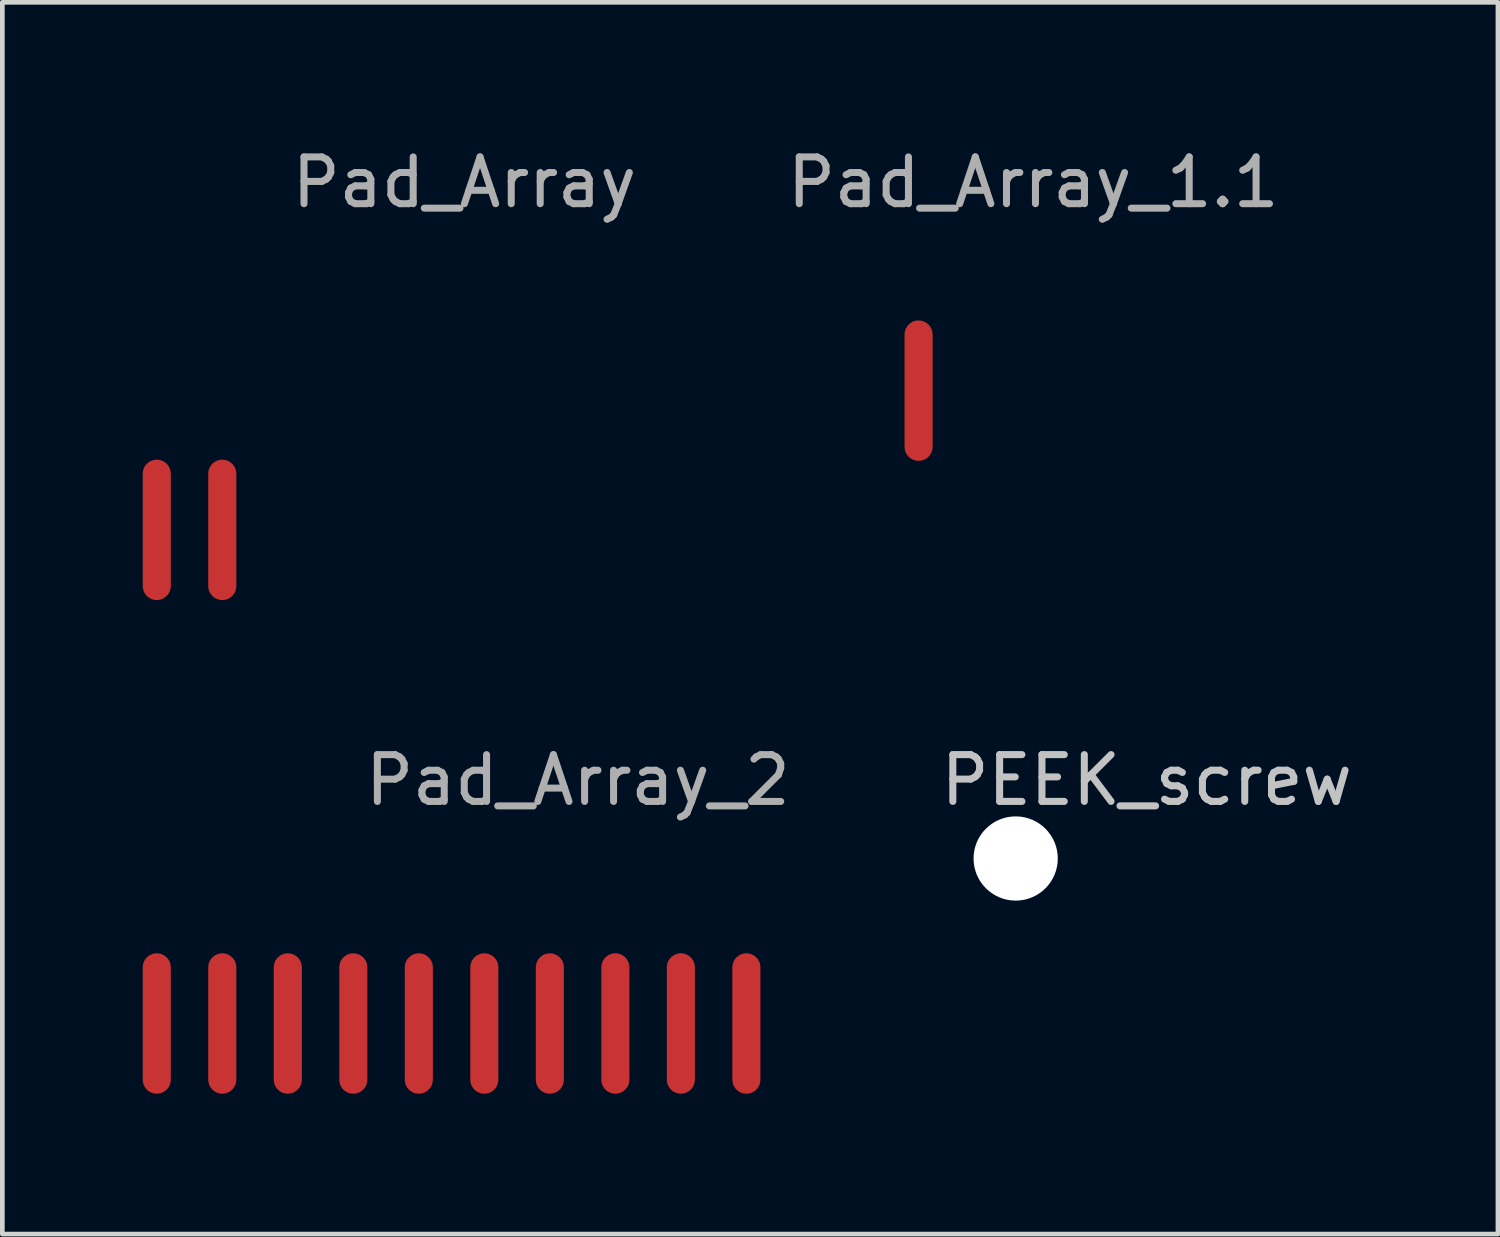
<source format=kicad_pcb>
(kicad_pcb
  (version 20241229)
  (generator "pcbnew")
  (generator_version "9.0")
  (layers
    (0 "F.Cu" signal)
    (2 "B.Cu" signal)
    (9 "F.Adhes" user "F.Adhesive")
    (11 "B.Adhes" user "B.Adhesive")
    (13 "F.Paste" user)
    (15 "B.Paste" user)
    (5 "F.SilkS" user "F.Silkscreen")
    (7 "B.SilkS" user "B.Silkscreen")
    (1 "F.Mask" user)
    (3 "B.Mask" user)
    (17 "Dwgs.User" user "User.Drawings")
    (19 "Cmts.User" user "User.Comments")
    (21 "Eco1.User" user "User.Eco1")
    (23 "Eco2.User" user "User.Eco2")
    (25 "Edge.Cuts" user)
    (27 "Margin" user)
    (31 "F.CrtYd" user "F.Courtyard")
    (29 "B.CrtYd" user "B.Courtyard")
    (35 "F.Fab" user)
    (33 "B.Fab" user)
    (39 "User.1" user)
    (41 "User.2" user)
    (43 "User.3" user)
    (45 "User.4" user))
  (footprint "Pad_Array_1.1"
    (layer "F.Cu")
    (at 16.58 5.298)
    (property "Reference" "Pad_Array_1.1" (at 2.45 -4.45 0) (layer "F.Fab") (effects (font (size 1 1) (thickness 0.15))))
    (attr through_hole)
    (pad "1" smd oval (at 0 0 90) (size 3 0.6) (layers "F.Cu" "F.Mask" "F.Paste")))
  (footprint "PEEK_screw"
    (layer "F.Cu")
    (at 18.655 15.296)
    (property "Reference" "PEEK_screw" (at 2.8 -1.675 0) (layer "Dwgs.User") (effects (font (size 1 1) (thickness 0.15))))
    (attr through_hole)
    (pad "" np_thru_hole circle (at 0 0) (size 1.8 1.8) (drill 1.8) (layers "*.Cu" "*.Mask")))
  (footprint "Pad_Array_2"
    (layer "F.Cu")
    (at 6.6 18.822)
    (property "Reference" "Pad_Array_2" (at 2.7 -5.2 0) (layer "F.Fab") (effects (font (size 1 1) (thickness 0.15))))
    (attr through_hole)
    (pad "1" smd oval (at -6.3 0 90) (size 3 0.6) (layers "F.Cu" "F.Mask" "F.Paste"))
    (pad "2" smd oval (at -4.9 0 90) (size 3 0.6) (layers "F.Cu" "F.Mask" "F.Paste"))
    (pad "3" smd oval (at -3.5 0 90) (size 3 0.6) (layers "F.Cu" "F.Mask" "F.Paste"))
    (pad "4" smd oval (at -2.1 0 90) (size 3 0.6) (layers "F.Cu" "F.Mask" "F.Paste"))
    (pad "5" smd oval (at -0.7 0 90) (size 3 0.6) (layers "F.Cu" "F.Mask" "F.Paste"))
    (pad "6" smd oval (at 0.7 0 90) (size 3 0.6) (layers "F.Cu" "F.Mask" "F.Paste"))
    (pad "7" smd oval (at 2.1 0 90) (size 3 0.6) (layers "F.Cu" "F.Mask" "F.Paste"))
    (pad "8" smd oval (at 3.5 0 90) (size 3 0.6) (layers "F.Cu" "F.Mask" "F.Paste"))
    (pad "9" smd oval (at 4.9 0 90) (size 3 0.6) (layers "F.Cu" "F.Mask" "F.Paste"))
    (pad "10" smd oval (at 6.3 0 90) (size 3 0.6) (layers "F.Cu" "F.Mask" "F.Paste")))
  (footprint "Pad_Array"
    (layer "F.Cu")
    (at 1 8.273)
    (property "Reference" "Pad_Array" (at 5.875 -7.425 0) (layer "F.Fab") (effects (font (size 1 1) (thickness 0.15))))
    (attr through_hole)
    (pad "1" smd oval (at -0.7 0 90) (size 3 0.6) (layers "F.Cu" "F.Mask" "F.Paste"))
    (pad "2" smd oval (at 0.7 0 90) (size 3 0.6) (layers "F.Cu" "F.Mask" "F.Paste")))
  (gr_rect
    (start -3 -3)
    (end 28.961 23.322)
    (stroke (width 0.1) (type default))
    (fill no)
    (layer "Edge.Cuts")))
</source>
